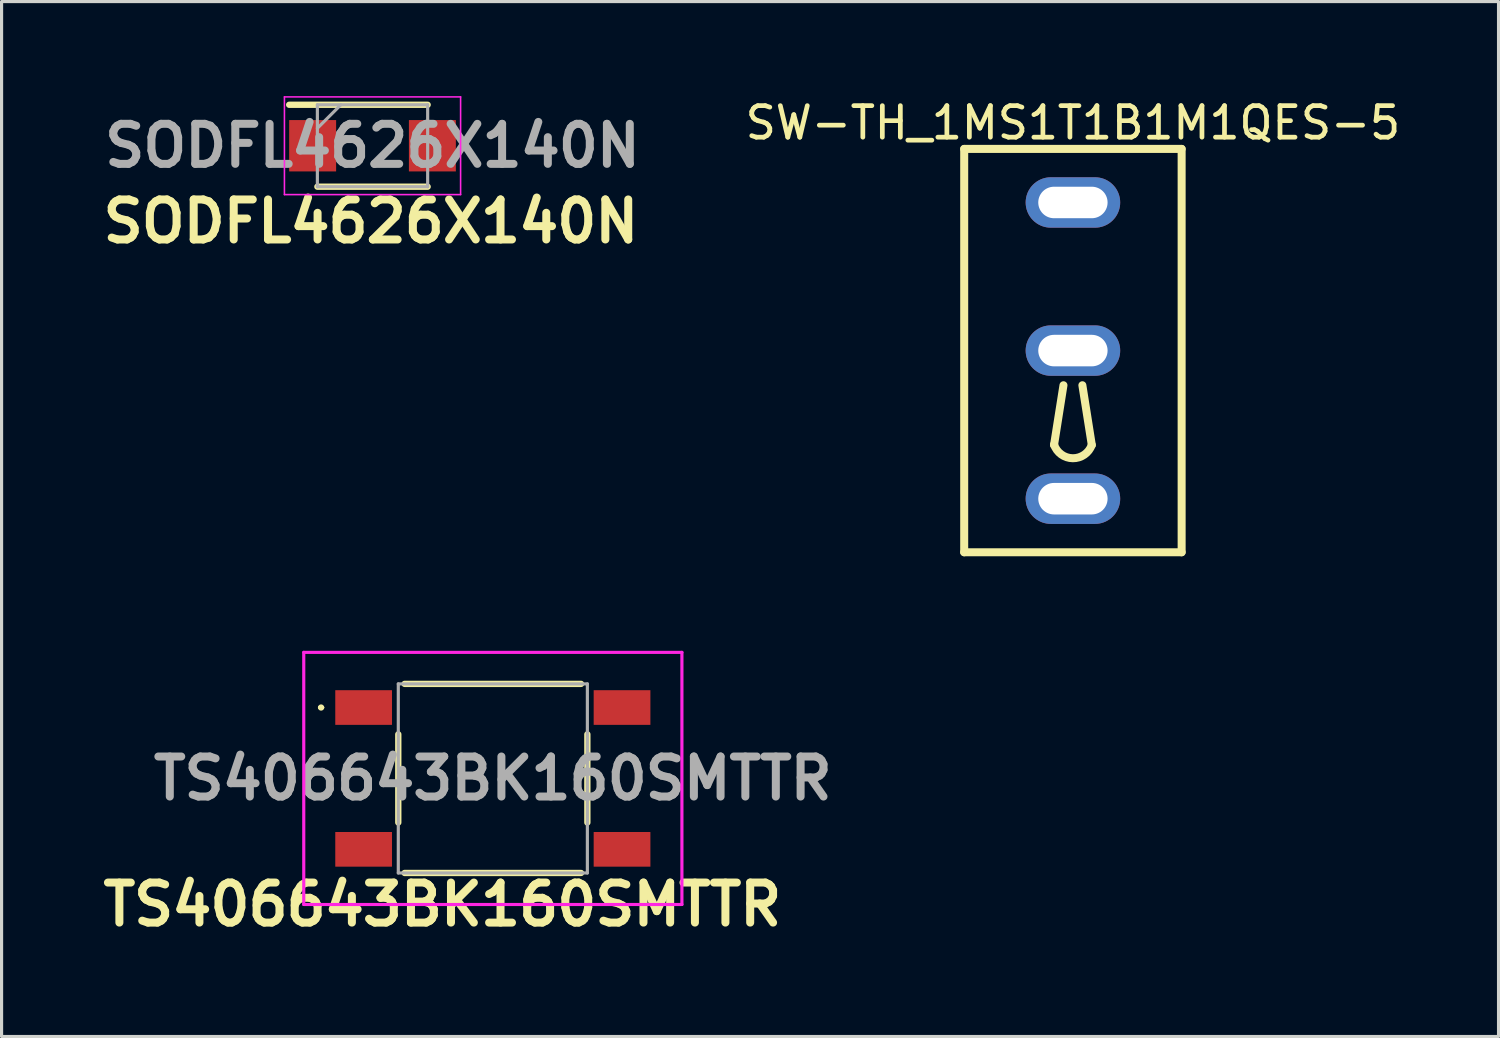
<source format=kicad_pcb>
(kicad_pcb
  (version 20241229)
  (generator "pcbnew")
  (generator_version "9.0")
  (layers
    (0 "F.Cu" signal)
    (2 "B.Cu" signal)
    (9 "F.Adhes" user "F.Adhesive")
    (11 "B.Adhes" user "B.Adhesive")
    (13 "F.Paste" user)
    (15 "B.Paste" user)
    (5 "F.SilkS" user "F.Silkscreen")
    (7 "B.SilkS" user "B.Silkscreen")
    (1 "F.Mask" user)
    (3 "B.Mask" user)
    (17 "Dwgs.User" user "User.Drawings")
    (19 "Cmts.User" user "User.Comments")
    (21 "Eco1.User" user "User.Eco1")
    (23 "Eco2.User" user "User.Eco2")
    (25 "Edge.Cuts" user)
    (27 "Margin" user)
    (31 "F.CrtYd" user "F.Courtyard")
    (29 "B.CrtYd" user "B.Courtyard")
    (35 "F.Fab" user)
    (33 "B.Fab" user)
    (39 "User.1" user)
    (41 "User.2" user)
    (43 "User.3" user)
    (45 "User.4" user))
  (footprint "TS406643BK160SMTTR"
    (layer "F.Cu")
    (at 12.589 21.652)
    (property "Reference" "TS406643BK160SMTTR" (at -1.6 4 180) (layer "F.SilkS") (effects (font (size 1.27 1.27) (thickness 0.254))))
    (attr smd)
    (fp_line (start -5.5 -2.25) (end -5.5 -2.25) (stroke (width 0.1) (type solid)) (layer "F.SilkS"))
    (fp_line (start -5.4 -2.25) (end -5.4 -2.25) (stroke (width 0.1) (type solid)) (layer "F.SilkS"))
    (fp_line (start -3 -1.4) (end -3 1.4) (stroke (width 0.2) (type solid)) (layer "F.SilkS"))
    (fp_line (start -2.8 -3) (end 2.8 -3) (stroke (width 0.2) (type solid)) (layer "F.SilkS"))
    (fp_line (start -2.8 3) (end 2.8 3) (stroke (width 0.2) (type solid)) (layer "F.SilkS"))
    (fp_line (start 3 -1.4) (end 3 1.4) (stroke (width 0.2) (type solid)) (layer "F.SilkS"))
    (fp_arc (start -5.5 -2.25) (mid -5.45 -2.3) (end -5.4 -2.25) (stroke (width 0.1) (type solid)) (layer "F.SilkS"))
    (fp_arc (start -5.4 -2.25) (mid -5.45 -2.2) (end -5.5 -2.25) (stroke (width 0.1) (type solid)) (layer "F.SilkS"))
    (fp_line (start -6 -4) (end 6 -4) (stroke (width 0.1) (type solid)) (layer "F.CrtYd"))
    (fp_line (start -6 4) (end -6 -4) (stroke (width 0.1) (type solid)) (layer "F.CrtYd"))
    (fp_line (start 6 -4) (end 6 4) (stroke (width 0.1) (type solid)) (layer "F.CrtYd"))
    (fp_line (start 6 4) (end -6 4) (stroke (width 0.1) (type solid)) (layer "F.CrtYd"))
    (fp_line (start -3 -3) (end 3 -3) (stroke (width 0.1) (type solid)) (layer "F.Fab"))
    (fp_line (start -3 3) (end -3 -3) (stroke (width 0.1) (type solid)) (layer "F.Fab"))
    (fp_line (start 3 -3) (end 3 3) (stroke (width 0.1) (type solid)) (layer "F.Fab"))
    (fp_line (start 3 3) (end -3 3) (stroke (width 0.1) (type solid)) (layer "F.Fab"))
    (fp_text user "${REFERENCE}" (at 0 0 0) (layer "F.Fab") (effects (font (size 1.27 1.27) (thickness 0.254))))
    (pad "1" smd rect (at -4.1 -2.25 90) (size 1.1 1.8) (layers "F.Cu" "F.Mask" "F.Paste"))
    (pad "2" smd rect (at 4.1 -2.25 90) (size 1.1 1.8) (layers "F.Cu" "F.Mask" "F.Paste"))
    (pad "3" smd rect (at -4.1 2.25 90) (size 1.1 1.8) (layers "F.Cu" "F.Mask" "F.Paste"))
    (pad "4" smd rect (at 4.1 2.25 90) (size 1.1 1.8) (layers "F.Cu" "F.Mask" "F.Paste")))
  (footprint "SODFL4626X140N"
    (layer "F.Cu")
    (at 8.771 1.575)
    (property "Reference" "SODFL4626X140N" (at -0.05 2.4 180) (layer "F.SilkS") (effects (font (size 1.27 1.27) (thickness 0.254))))
    (attr smd)
    (fp_line (start -2.645 -1.3) (end 1.75 -1.3) (stroke (width 0.2) (type solid)) (layer "F.SilkS"))
    (fp_line (start -1.75 1.3) (end 1.75 1.3) (stroke (width 0.2) (type solid)) (layer "F.SilkS"))
    (fp_line (start -2.795 -1.55) (end 2.795 -1.55) (stroke (width 0.05) (type solid)) (layer "F.CrtYd"))
    (fp_line (start -2.795 1.55) (end -2.795 -1.55) (stroke (width 0.05) (type solid)) (layer "F.CrtYd"))
    (fp_line (start 2.795 -1.55) (end 2.795 1.55) (stroke (width 0.05) (type solid)) (layer "F.CrtYd"))
    (fp_line (start 2.795 1.55) (end -2.795 1.55) (stroke (width 0.05) (type solid)) (layer "F.CrtYd"))
    (fp_line (start -1.75 -1.3) (end 1.75 -1.3) (stroke (width 0.1) (type solid)) (layer "F.Fab"))
    (fp_line (start -1.75 -0.555) (end -1.005 -1.3) (stroke (width 0.1) (type solid)) (layer "F.Fab"))
    (fp_line (start -1.75 1.3) (end -1.75 -1.3) (stroke (width 0.1) (type solid)) (layer "F.Fab"))
    (fp_line (start 1.75 -1.3) (end 1.75 1.3) (stroke (width 0.1) (type solid)) (layer "F.Fab"))
    (fp_line (start 1.75 1.3) (end -1.75 1.3) (stroke (width 0.1) (type solid)) (layer "F.Fab"))
    (fp_text user "${REFERENCE}" (at 0 0 180) (layer "F.Fab") (effects (font (size 1.27 1.27) (thickness 0.254))))
    (pad "1" smd rect (at -1.9 0) (size 1.49 1.63) (layers "F.Cu" "F.Mask" "F.Paste"))
    (pad "2" smd rect (at 1.9 0) (size 1.49 1.63) (layers "F.Cu" "F.Mask" "F.Paste")))
  (footprint "SW-TH_1MS1T1B1M1QES-5"
    (layer "F.Cu")
    (at 30.997 8.075)
    (property "Reference" "SW-TH_1MS1T1B1M1QES-5" (at 0 -7.227 0) (layer "F.SilkS") (effects (font (size 1 1) (thickness 0.15))))
    (fp_line (start -3.45 -6.4) (end -3.45 6.4) (stroke (width 0.254) (type default)) (layer "F.SilkS"))
    (fp_line (start -3.45 -6.4) (end 3.45 -6.4) (stroke (width 0.254) (type default)) (layer "F.SilkS"))
    (fp_line (start -3.45 6.4) (end 3.45 6.4) (stroke (width 0.254) (type default)) (layer "F.SilkS"))
    (fp_line (start -0.3 1.1) (end -0.6 3) (stroke (width 0.254) (type default)) (layer "F.SilkS"))
    (fp_line (start 0.3 1.1) (end 0.6 3) (stroke (width 0.254) (type default)) (layer "F.SilkS"))
    (fp_line (start 3.45 -6.4) (end 3.45 6.4) (stroke (width 0.254) (type default)) (layer "F.SilkS"))
    (fp_arc (start 0.598 2.9965) (mid -0.004799 3.416381) (end -0.598 2.9835) (stroke (width 0.254) (type default)) (layer "F.SilkS"))
    (fp_poly (pts (xy 0.6 -4.3) (xy -0.6 -4.3) (xy -0.6 -5.1) (xy 0.6 -5.1)) (stroke (width 0.1) (type default)) (fill no) (layer "User.1"))
    (fp_poly (pts (xy 0.6 0.4) (xy -0.6 0.4) (xy -0.6 -0.4) (xy 0.6 -0.4)) (stroke (width 0.1) (type default)) (fill no) (layer "User.1"))
    (fp_poly (pts (xy 0.6 5.1) (xy -0.6 5.1) (xy -0.6 4.3) (xy 0.6 4.3)) (stroke (width 0.1) (type default)) (fill no) (layer "User.1"))
    (fp_line (start -3.43 -6.35) (end 3.43 -6.35) (stroke (width 0.051) (type default)) (layer "User.2"))
    (fp_line (start -3.43 6.35) (end -3.43 -6.35) (stroke (width 0.051) (type default)) (layer "User.2"))
    (fp_line (start 3.43 -6.35) (end 3.43 6.35) (stroke (width 0.051) (type default)) (layer "User.2"))
    (fp_line (start 3.43 6.35) (end -3.43 6.35) (stroke (width 0.051) (type default)) (layer "User.2"))
    (fp_poly (pts (xy 3.49 6.35) (xy 3.472 6.308) (xy 3.43 6.29) (xy 3.388 6.308) (xy 3.37 6.35) (xy 3.388 6.392) (xy 3.43 6.41) (xy 3.472 6.392)) (stroke (width 0.1) (type default)) (fill no) (layer "User.3"))
    (pad "1" thru_hole oval (at 0 4.7 90) (size 1.6 3) (drill oval 1 2.2) (layers "*.Cu" "*.Mask"))
    (pad "2" thru_hole oval (at 0 0 90) (size 1.6 3) (drill oval 1 2.2) (layers "*.Cu" "*.Mask"))
    (pad "3" thru_hole oval (at 0 -4.7 90) (size 1.6 3) (drill oval 1 2.2) (layers "*.Cu" "*.Mask")))
  (gr_rect
    (start -3 -3)
    (end 44.503 29.841)
    (stroke (width 0.1) (type default))
    (fill no)
    (layer "Edge.Cuts")))
</source>
